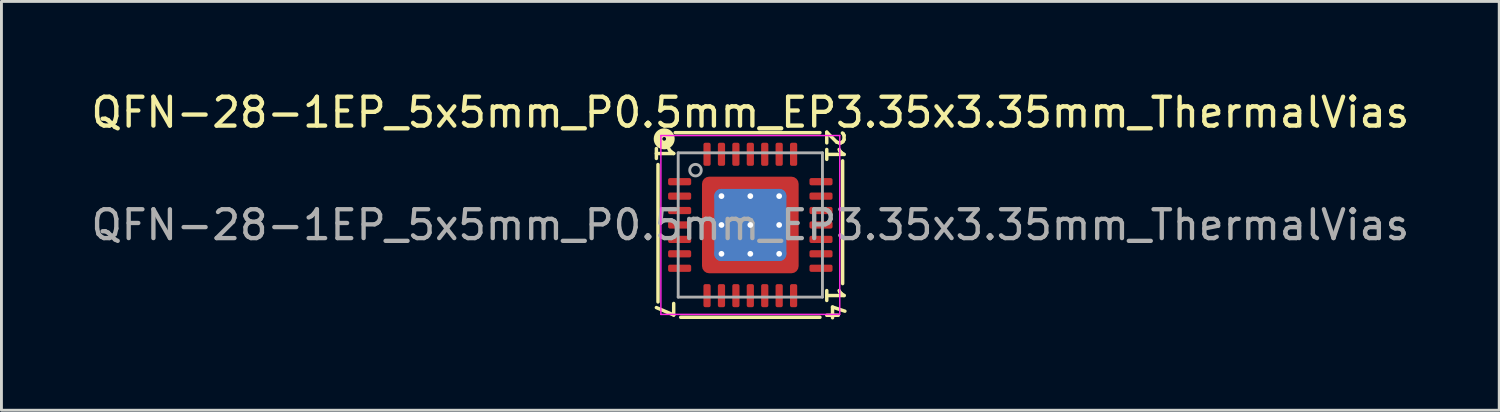
<source format=kicad_pcb>
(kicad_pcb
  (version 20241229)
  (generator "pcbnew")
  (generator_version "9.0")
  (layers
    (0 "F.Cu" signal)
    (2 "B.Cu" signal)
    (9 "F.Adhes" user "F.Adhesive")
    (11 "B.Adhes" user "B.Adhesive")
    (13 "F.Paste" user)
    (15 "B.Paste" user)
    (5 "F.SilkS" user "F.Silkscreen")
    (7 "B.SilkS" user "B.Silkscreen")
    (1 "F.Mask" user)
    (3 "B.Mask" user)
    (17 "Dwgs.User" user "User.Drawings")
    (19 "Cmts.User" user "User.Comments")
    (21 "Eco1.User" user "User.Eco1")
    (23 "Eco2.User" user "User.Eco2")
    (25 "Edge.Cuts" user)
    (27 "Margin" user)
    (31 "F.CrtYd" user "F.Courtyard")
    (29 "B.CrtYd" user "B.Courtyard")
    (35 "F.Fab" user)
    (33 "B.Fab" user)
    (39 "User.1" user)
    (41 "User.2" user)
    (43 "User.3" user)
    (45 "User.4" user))
  (footprint "QFN-28-1EP_5x5mm_P0.5mm_EP3.35x3.35mm_ThermalVias"
    (layer "F.Cu")
    (at 22.958 4.748)
    (property "Reference" "QFN-28-1EP_5x5mm_P0.5mm_EP3.35x3.35mm_ThermalVias" (at 0 -3.9 0) (layer "F.SilkS") (effects (font (size 1 1) (thickness 0.15))))
    (attr smd)
    (fp_line (start -3.2 -2.095) (end -3.2 2.667) (stroke (width 0.12) (type solid)) (layer "F.SilkS"))
    (fp_line (start -2.413 3.2) (end 2.413 3.2) (stroke (width 0.12) (type solid)) (layer "F.SilkS"))
    (fp_line (start 2.413 -3.2) (end -2.603 -3.2) (stroke (width 0.12) (type solid)) (layer "F.SilkS"))
    (fp_line (start 3.2 2.032) (end 3.2 -2.223) (stroke (width 0.12) (type solid)) (layer "F.SilkS"))
    (fp_circle (center -2.985 -2.985) (end -2.921 -2.985) (stroke (width 0.3) (type solid)) (fill no) (layer "F.SilkS"))
    (fp_line (start -3.1 -3.1) (end -3.1 3.1) (stroke (width 0.05) (type solid)) (layer "F.CrtYd"))
    (fp_line (start -3.1 3.1) (end 3.1 3.1) (stroke (width 0.05) (type solid)) (layer "F.CrtYd"))
    (fp_line (start 3.1 -3.1) (end -3.1 -3.1) (stroke (width 0.05) (type solid)) (layer "F.CrtYd"))
    (fp_line (start 3.1 3.1) (end 3.1 -3.1) (stroke (width 0.05) (type solid)) (layer "F.CrtYd"))
    (fp_line (start -2.5 -2.5) (end 2.5 -2.5) (stroke (width 0.1) (type solid)) (layer "F.Fab"))
    (fp_line (start -2.5 2.5) (end -2.5 -2.5) (stroke (width 0.1) (type solid)) (layer "F.Fab"))
    (fp_line (start 2.5 -2.5) (end 2.5 2.5) (stroke (width 0.1) (type solid)) (layer "F.Fab"))
    (fp_line (start 2.5 2.5) (end -2.5 2.5) (stroke (width 0.1) (type solid)) (layer "F.Fab"))
    (fp_circle (center -1.9 -1.9) (end -1.7 -1.9) (stroke (width 0.1) (type solid)) (fill no) (layer "F.Fab"))
    (fp_text user "21" (at 2.921 -2.731 270) (unlocked yes) (layer "F.SilkS") (effects (font (size 0.6 0.6) (thickness 0.12))))
    (fp_text user "7" (at -2.985 2.921 270) (unlocked yes) (layer "F.SilkS") (effects (font (size 0.6 0.6) (thickness 0.12))))
    (fp_text user "14" (at 2.921 2.731 270) (unlocked yes) (layer "F.SilkS") (effects (font (size 0.6 0.6) (thickness 0.12))))
    (fp_text user "1" (at -2.985 -2.477 270) (unlocked yes) (layer "F.SilkS") (effects (font (size 0.6 0.6) (thickness 0.12))))
    (fp_text user "${REFERENCE}" (at 0 0 0) (layer "F.Fab") (effects (font (size 1 1) (thickness 0.15))))
    (pad "" smd custom (at -1.337 -1.337) (size 0.437 0.437) (layers "F.Paste") (options (anchor circle)) (primitives (gr_poly (pts (xy 0.165 0.076) (xy 0.076 0.165) (xy -0.165 0.165) (xy -0.165 -0.165) (xy 0.165 -0.165)) (width 0.215) (fill yes))))
    (pad "" smd custom (at -1.337 -0.5) (size 0.459 0.459) (layers "F.Paste") (options (anchor circle)) (primitives (gr_poly (pts (xy 0.187 -0.247) (xy 0.187 0.247) (xy 0.116 0.318) (xy -0.187 0.318) (xy -0.187 -0.318) (xy 0.116 -0.318)) (width 0.17) (fill yes))))
    (pad "" smd custom (at -1.337 0.5) (size 0.459 0.459) (layers "F.Paste") (options (anchor circle)) (primitives (gr_poly (pts (xy 0.187 -0.247) (xy 0.187 0.247) (xy 0.116 0.318) (xy -0.187 0.318) (xy -0.187 -0.318) (xy 0.116 -0.318)) (width 0.17) (fill yes))))
    (pad "" smd custom (at -1.337 1.337) (size 0.437 0.437) (layers "F.Paste") (options (anchor circle)) (primitives (gr_poly (pts (xy 0.165 -0.076) (xy 0.165 0.165) (xy -0.165 0.165) (xy -0.165 -0.165) (xy 0.076 -0.165)) (width 0.215) (fill yes))))
    (pad "" smd custom (at -0.5 -1.337) (size 0.459 0.459) (layers "F.Paste") (options (anchor circle)) (primitives (gr_poly (pts (xy 0.318 0.116) (xy 0.247 0.187) (xy -0.247 0.187) (xy -0.318 0.116) (xy -0.318 -0.187) (xy 0.318 -0.187)) (width 0.17) (fill yes))))
    (pad "" smd roundrect (at -0.5 -0.5) (size 0.806 0.806) (layers "F.Paste") (roundrect_rratio 0.25))
    (pad "" smd roundrect (at -0.5 0.5) (size 0.806 0.806) (layers "F.Paste") (roundrect_rratio 0.25))
    (pad "" smd custom (at -0.5 1.337) (size 0.459 0.459) (layers "F.Paste") (options (anchor circle)) (primitives (gr_poly (pts (xy 0.318 -0.116) (xy 0.318 0.187) (xy -0.318 0.187) (xy -0.318 -0.116) (xy -0.247 -0.187) (xy 0.247 -0.187)) (width 0.17) (fill yes))))
    (pad "" smd custom (at 0.5 -1.337) (size 0.459 0.459) (layers "F.Paste") (options (anchor circle)) (primitives (gr_poly (pts (xy 0.318 0.116) (xy 0.247 0.187) (xy -0.247 0.187) (xy -0.318 0.116) (xy -0.318 -0.187) (xy 0.318 -0.187)) (width 0.17) (fill yes))))
    (pad "" smd roundrect (at 0.5 -0.5) (size 0.806 0.806) (layers "F.Paste") (roundrect_rratio 0.25))
    (pad "" smd roundrect (at 0.5 0.5) (size 0.806 0.806) (layers "F.Paste") (roundrect_rratio 0.25))
    (pad "" smd custom (at 0.5 1.337) (size 0.459 0.459) (layers "F.Paste") (options (anchor circle)) (primitives (gr_poly (pts (xy 0.318 -0.116) (xy 0.318 0.187) (xy -0.318 0.187) (xy -0.318 -0.116) (xy -0.247 -0.187) (xy 0.247 -0.187)) (width 0.17) (fill yes))))
    (pad "" smd custom (at 1.337 -1.337) (size 0.437 0.437) (layers "F.Paste") (options (anchor circle)) (primitives (gr_poly (pts (xy 0.165 0.165) (xy -0.076 0.165) (xy -0.165 0.076) (xy -0.165 -0.165) (xy 0.165 -0.165)) (width 0.215) (fill yes))))
    (pad "" smd custom (at 1.337 -0.5) (size 0.459 0.459) (layers "F.Paste") (options (anchor circle)) (primitives (gr_poly (pts (xy 0.187 0.318) (xy -0.116 0.318) (xy -0.187 0.247) (xy -0.187 -0.247) (xy -0.116 -0.318) (xy 0.187 -0.318)) (width 0.17) (fill yes))))
    (pad "" smd custom (at 1.337 0.5) (size 0.459 0.459) (layers "F.Paste") (options (anchor circle)) (primitives (gr_poly (pts (xy 0.187 0.318) (xy -0.116 0.318) (xy -0.187 0.247) (xy -0.187 -0.247) (xy -0.116 -0.318) (xy 0.187 -0.318)) (width 0.17) (fill yes))))
    (pad "" smd custom (at 1.337 1.337) (size 0.437 0.437) (layers "F.Paste") (options (anchor circle)) (primitives (gr_poly (pts (xy 0.165 0.165) (xy -0.165 0.165) (xy -0.165 -0.076) (xy -0.076 -0.165) (xy 0.165 -0.165)) (width 0.215) (fill yes))))
    (pad "1" smd roundrect (at -2.45 -1.5) (size 0.8 0.25) (layers "F.Cu" "F.Mask" "F.Paste") (roundrect_rratio 0.25))
    (pad "2" smd roundrect (at -2.45 -1) (size 0.8 0.25) (layers "F.Cu" "F.Mask" "F.Paste") (roundrect_rratio 0.25))
    (pad "3" smd roundrect (at -2.45 -0.5) (size 0.8 0.25) (layers "F.Cu" "F.Mask" "F.Paste") (roundrect_rratio 0.25))
    (pad "4" smd roundrect (at -2.45 0) (size 0.8 0.25) (layers "F.Cu" "F.Mask" "F.Paste") (roundrect_rratio 0.25))
    (pad "5" smd roundrect (at -2.45 0.5) (size 0.8 0.25) (layers "F.Cu" "F.Mask" "F.Paste") (roundrect_rratio 0.25))
    (pad "6" smd roundrect (at -2.45 1) (size 0.8 0.25) (layers "F.Cu" "F.Mask" "F.Paste") (roundrect_rratio 0.25))
    (pad "7" smd roundrect (at -2.45 1.5) (size 0.8 0.25) (layers "F.Cu" "F.Mask" "F.Paste") (roundrect_rratio 0.25))
    (pad "8" smd roundrect (at -1.5 2.45) (size 0.25 0.8) (layers "F.Cu" "F.Mask" "F.Paste") (roundrect_rratio 0.25))
    (pad "9" smd roundrect (at -1 2.45) (size 0.25 0.8) (layers "F.Cu" "F.Mask" "F.Paste") (roundrect_rratio 0.25))
    (pad "10" smd roundrect (at -0.5 2.45) (size 0.25 0.8) (layers "F.Cu" "F.Mask" "F.Paste") (roundrect_rratio 0.25))
    (pad "11" smd roundrect (at 0 2.45) (size 0.25 0.8) (layers "F.Cu" "F.Mask" "F.Paste") (roundrect_rratio 0.25))
    (pad "12" smd roundrect (at 0.5 2.45) (size 0.25 0.8) (layers "F.Cu" "F.Mask" "F.Paste") (roundrect_rratio 0.25))
    (pad "13" smd roundrect (at 1 2.45) (size 0.25 0.8) (layers "F.Cu" "F.Mask" "F.Paste") (roundrect_rratio 0.25))
    (pad "14" smd roundrect (at 1.5 2.45) (size 0.25 0.8) (layers "F.Cu" "F.Mask" "F.Paste") (roundrect_rratio 0.25))
    (pad "15" smd roundrect (at 2.45 1.5) (size 0.8 0.25) (layers "F.Cu" "F.Mask" "F.Paste") (roundrect_rratio 0.25))
    (pad "16" smd roundrect (at 2.45 1) (size 0.8 0.25) (layers "F.Cu" "F.Mask" "F.Paste") (roundrect_rratio 0.25))
    (pad "17" smd roundrect (at 2.45 0.5) (size 0.8 0.25) (layers "F.Cu" "F.Mask" "F.Paste") (roundrect_rratio 0.25))
    (pad "18" smd roundrect (at 2.45 0) (size 0.8 0.25) (layers "F.Cu" "F.Mask" "F.Paste") (roundrect_rratio 0.25))
    (pad "19" smd roundrect (at 2.45 -0.5) (size 0.8 0.25) (layers "F.Cu" "F.Mask" "F.Paste") (roundrect_rratio 0.25))
    (pad "20" smd roundrect (at 2.45 -1) (size 0.8 0.25) (layers "F.Cu" "F.Mask" "F.Paste") (roundrect_rratio 0.25))
    (pad "21" smd roundrect (at 2.45 -1.5) (size 0.8 0.25) (layers "F.Cu" "F.Mask" "F.Paste") (roundrect_rratio 0.25))
    (pad "22" smd roundrect (at 1.5 -2.45) (size 0.25 0.8) (layers "F.Cu" "F.Mask" "F.Paste") (roundrect_rratio 0.25))
    (pad "23" smd roundrect (at 1 -2.45) (size 0.25 0.8) (layers "F.Cu" "F.Mask" "F.Paste") (roundrect_rratio 0.25))
    (pad "24" smd roundrect (at 0.5 -2.45) (size 0.25 0.8) (layers "F.Cu" "F.Mask" "F.Paste") (roundrect_rratio 0.25))
    (pad "25" smd roundrect (at 0 -2.45) (size 0.25 0.8) (layers "F.Cu" "F.Mask" "F.Paste") (roundrect_rratio 0.25))
    (pad "26" smd roundrect (at -0.5 -2.45) (size 0.25 0.8) (layers "F.Cu" "F.Mask" "F.Paste") (roundrect_rratio 0.25))
    (pad "27" smd roundrect (at -1 -2.45) (size 0.25 0.8) (layers "F.Cu" "F.Mask" "F.Paste") (roundrect_rratio 0.25))
    (pad "28" smd roundrect (at -1.5 -2.45) (size 0.25 0.8) (layers "F.Cu" "F.Mask" "F.Paste") (roundrect_rratio 0.25))
    (pad "29" thru_hole circle (at -1 -1) (size 0.5 0.5) (drill 0.2) (property pad_prop_heatsink) (layers "*.Cu"))
    (pad "29" thru_hole circle (at -1 0) (size 0.5 0.5) (drill 0.2) (property pad_prop_heatsink) (layers "*.Cu"))
    (pad "29" thru_hole circle (at -1 1) (size 0.5 0.5) (drill 0.2) (property pad_prop_heatsink) (layers "*.Cu"))
    (pad "29" thru_hole circle (at 0 -1) (size 0.5 0.5) (drill 0.2) (property pad_prop_heatsink) (layers "*.Cu"))
    (pad "29" thru_hole circle (at 0 0) (size 0.5 0.5) (drill 0.2) (property pad_prop_heatsink) (layers "*.Cu"))
    (pad "29" smd roundrect (at 0 0) (size 2.5 2.5) (layers "B.Cu" "B.Mask") (roundrect_rratio 0.1))
    (pad "29" smd roundrect (at 0 0) (size 3.35 3.35) (layers "F.Cu" "F.Mask") (roundrect_rratio 0.075))
    (pad "29" thru_hole circle (at 0 1) (size 0.5 0.5) (drill 0.2) (property pad_prop_heatsink) (layers "*.Cu"))
    (pad "29" thru_hole circle (at 1 -1) (size 0.5 0.5) (drill 0.2) (property pad_prop_heatsink) (layers "*.Cu"))
    (pad "29" thru_hole circle (at 1 0) (size 0.5 0.5) (drill 0.2) (property pad_prop_heatsink) (layers "*.Cu"))
    (pad "29" thru_hole circle (at 1 1) (size 0.5 0.5) (drill 0.2) (property pad_prop_heatsink) (layers "*.Cu")))
  (gr_rect
    (start -3 -3)
    (end 48.917 11.17)
    (stroke (width 0.1) (type default))
    (fill no)
    (layer "Edge.Cuts")))
</source>
